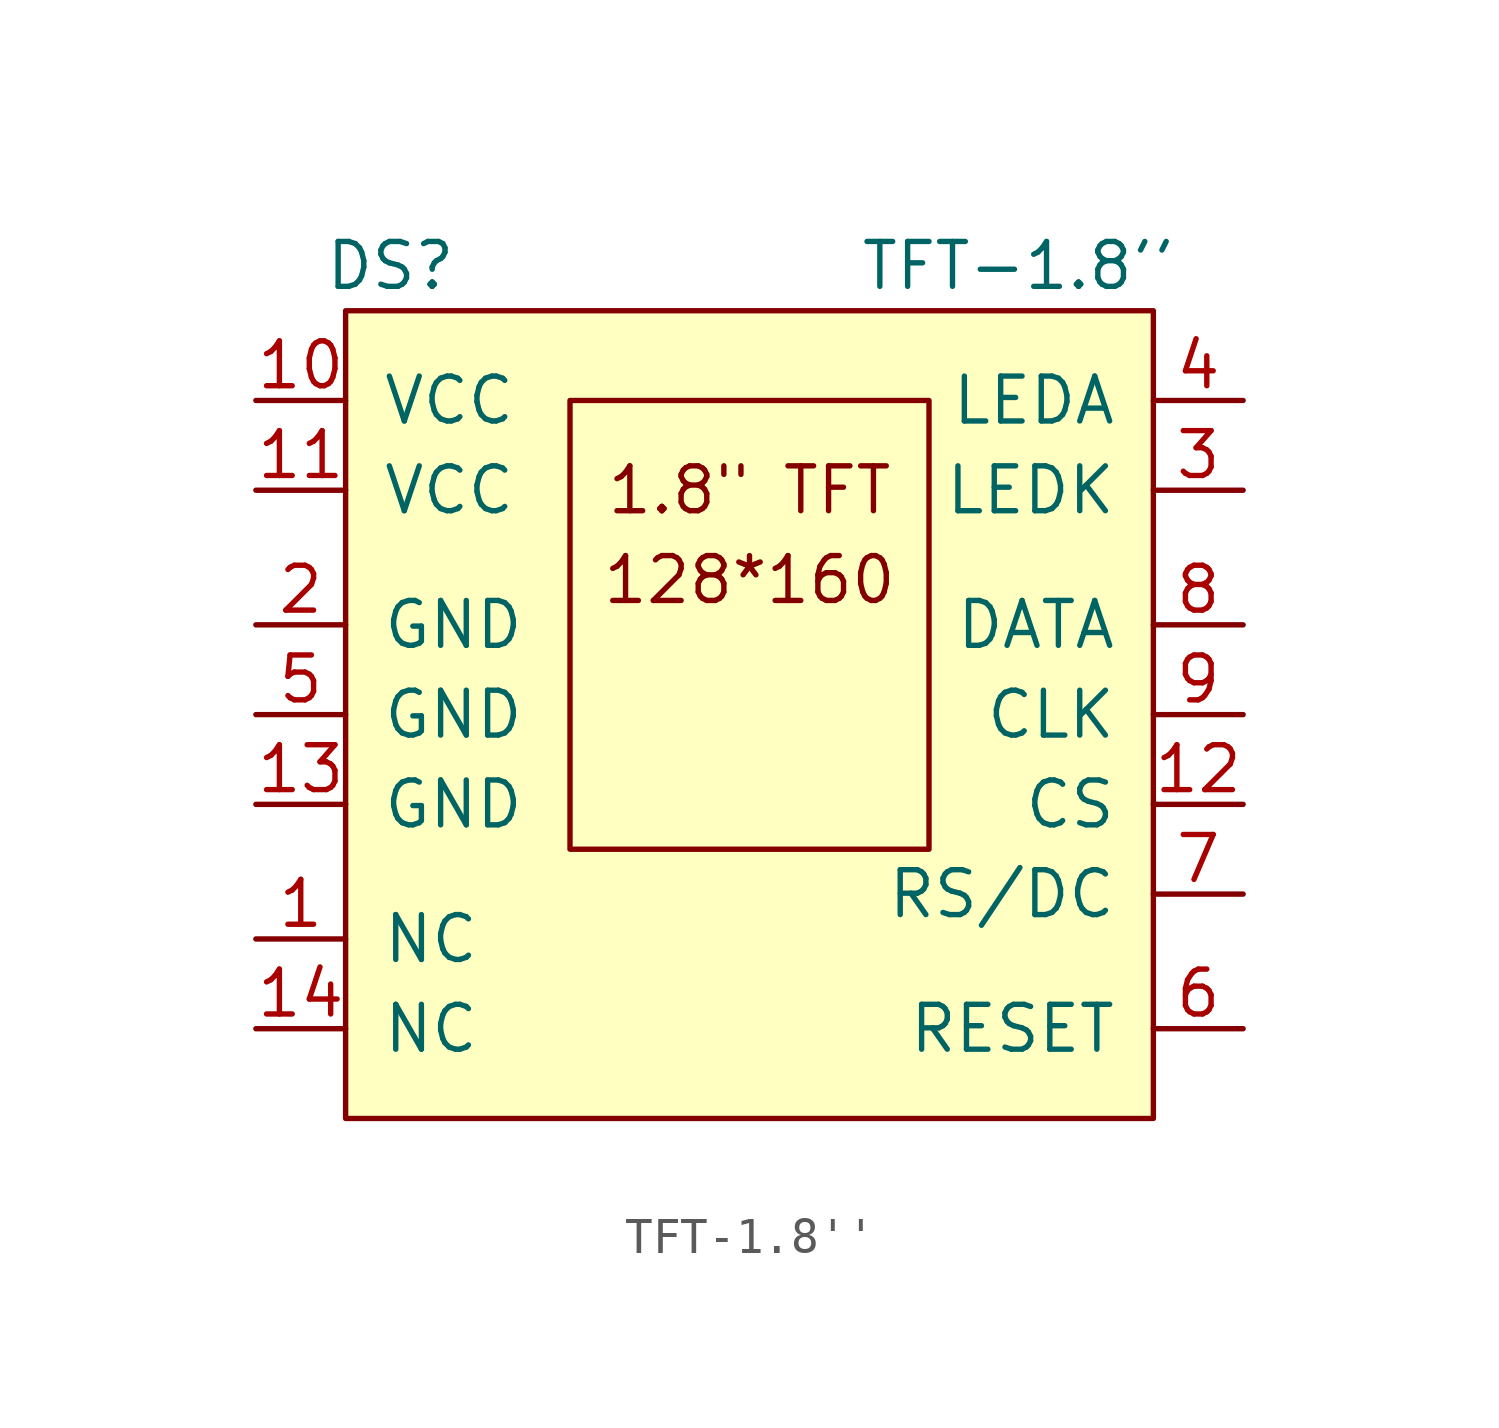
<source format=kicad_sym>
(kicad_symbol_lib
  (version 20241209)
  (generator "kicad_symbol_editor")
  (generator_version "9.0")
  (symbol "TFT-1.8''"
    (pin_names
      (offset 1.016))
    (property "Reference" "DS"
      (at -10.16 11.43 0)
      (effects (font (size 1.27 1.27))))
    (property "Value" "TFT-1.8''"
      (at 7.62 11.43 0)
      (effects (font (size 1.27 1.27))))
    (symbol "TFT-1.8''_0_0"
      (text "1.8\" TFT" (at 0 5.08 0) (effects (font (size 1.27 1.27))))
      (text "128*160" (at 0 2.54 0) (effects (font (size 1.27 1.27)))))
    (symbol "TFT-1.8''_0_1"
      (rectangle (start -11.43 10.16) (end 11.43 -12.7) (stroke (width 0) (type default)) (fill (type background)))
      (rectangle (start -5.08 7.62) (end 5.08 -5.08) (stroke (width 0) (type default)) (fill (type none))))
    (symbol "TFT-1.8''_1_1"
      (pin power_in line (at -13.97 7.62 0) (length 2.54) (name "VCC" (effects (font (size 1.27 1.27)))) (number "10" (effects (font (size 1.27 1.27)))))
      (pin power_in line (at -13.97 5.08 0) (length 2.54) (name "VCC" (effects (font (size 1.27 1.27)))) (number "11" (effects (font (size 1.27 1.27)))))
      (pin power_in line (at -13.97 1.27 0) (length 2.54) (name "GND" (effects (font (size 1.27 1.27)))) (number "2" (effects (font (size 1.27 1.27)))))
      (pin power_in line (at -13.97 -1.27 0) (length 2.54) (name "GND" (effects (font (size 1.27 1.27)))) (number "5" (effects (font (size 1.27 1.27)))))
      (pin power_in line (at -13.97 -3.81 0) (length 2.54) (name "GND" (effects (font (size 1.27 1.27)))) (number "13" (effects (font (size 1.27 1.27)))))
      (pin bidirectional line (at -13.97 -7.62 0) (length 2.54) (name "NC" (effects (font (size 1.27 1.27)))) (number "1" (effects (font (size 1.27 1.27)))))
      (pin bidirectional line (at -13.97 -10.16 0) (length 2.54) (name "NC" (effects (font (size 1.27 1.27)))) (number "14" (effects (font (size 1.27 1.27)))))
      (pin passive line (at 13.97 7.62 180) (length 2.54) (name "LEDA" (effects (font (size 1.27 1.27)))) (number "4" (effects (font (size 1.27 1.27)))))
      (pin passive line (at 13.97 5.08 180) (length 2.54) (name "LEDK" (effects (font (size 1.27 1.27)))) (number "3" (effects (font (size 1.27 1.27)))))
      (pin bidirectional line (at 13.97 1.27 180) (length 2.54) (name "DATA" (effects (font (size 1.27 1.27)))) (number "8" (effects (font (size 1.27 1.27)))))
      (pin bidirectional line (at 13.97 -1.27 180) (length 2.54) (name "CLK" (effects (font (size 1.27 1.27)))) (number "9" (effects (font (size 1.27 1.27)))))
      (pin bidirectional line (at 13.97 -3.81 180) (length 2.54) (name "CS" (effects (font (size 1.27 1.27)))) (number "12" (effects (font (size 1.27 1.27)))))
      (pin bidirectional line (at 13.97 -6.35 180) (length 2.54) (name "RS/DC" (effects (font (size 1.27 1.27)))) (number "7" (effects (font (size 1.27 1.27)))))
      (pin bidirectional line (at 13.97 -10.16 180) (length 2.54) (name "RESET" (effects (font (size 1.27 1.27)))) (number "6" (effects (font (size 1.27 1.27))))))))
</source>
